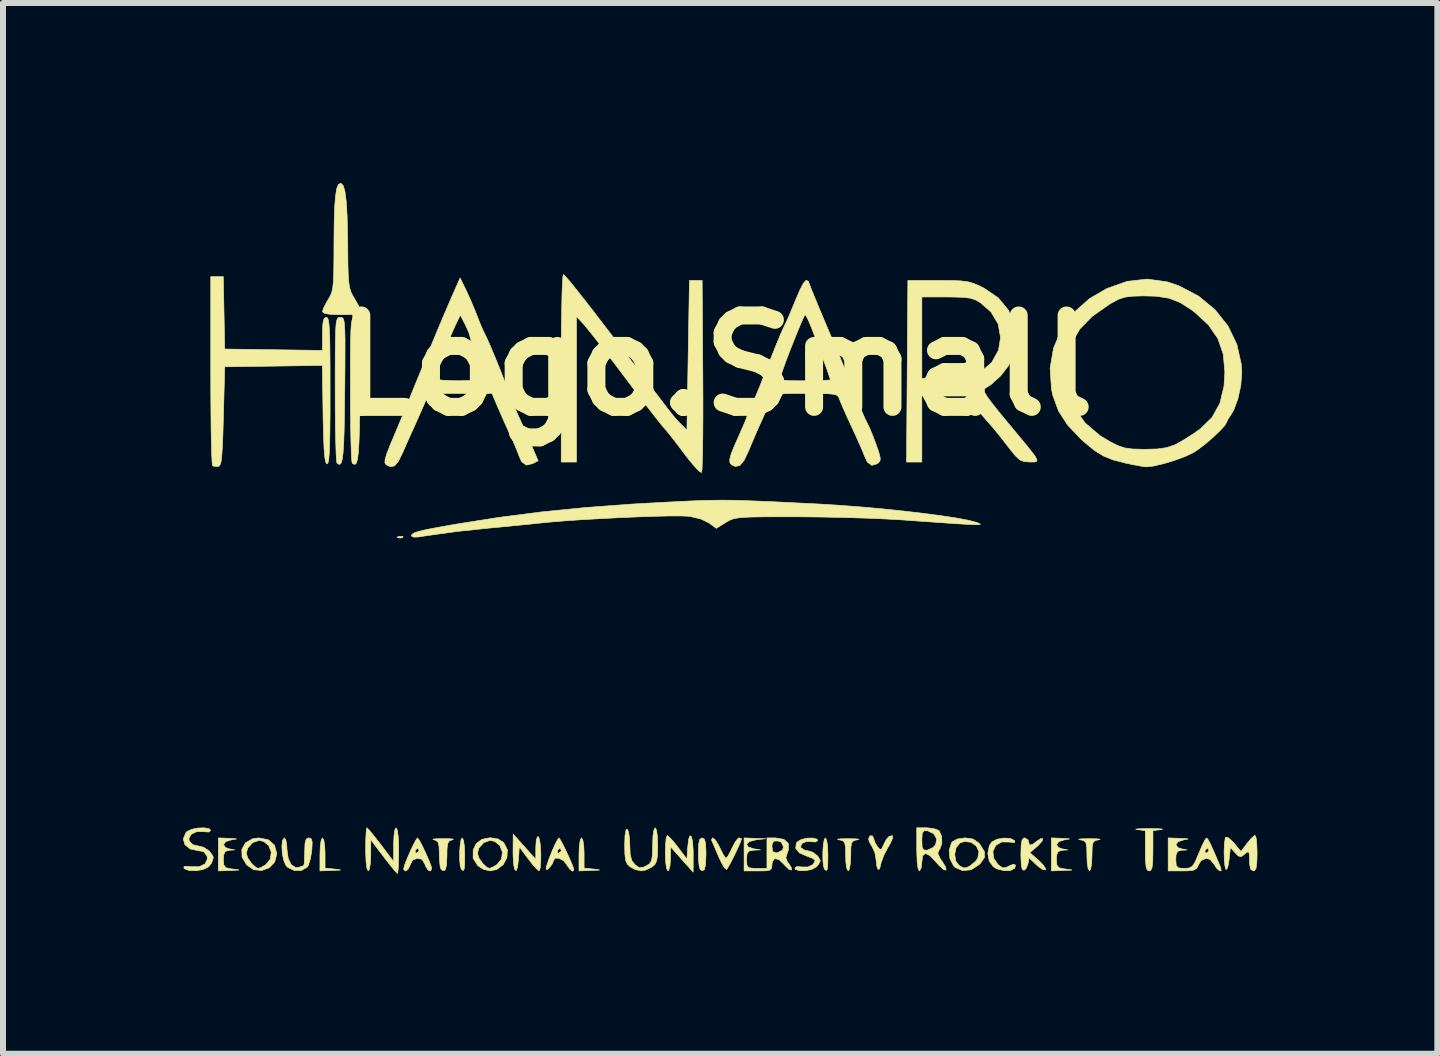
<source format=kicad_pcb>
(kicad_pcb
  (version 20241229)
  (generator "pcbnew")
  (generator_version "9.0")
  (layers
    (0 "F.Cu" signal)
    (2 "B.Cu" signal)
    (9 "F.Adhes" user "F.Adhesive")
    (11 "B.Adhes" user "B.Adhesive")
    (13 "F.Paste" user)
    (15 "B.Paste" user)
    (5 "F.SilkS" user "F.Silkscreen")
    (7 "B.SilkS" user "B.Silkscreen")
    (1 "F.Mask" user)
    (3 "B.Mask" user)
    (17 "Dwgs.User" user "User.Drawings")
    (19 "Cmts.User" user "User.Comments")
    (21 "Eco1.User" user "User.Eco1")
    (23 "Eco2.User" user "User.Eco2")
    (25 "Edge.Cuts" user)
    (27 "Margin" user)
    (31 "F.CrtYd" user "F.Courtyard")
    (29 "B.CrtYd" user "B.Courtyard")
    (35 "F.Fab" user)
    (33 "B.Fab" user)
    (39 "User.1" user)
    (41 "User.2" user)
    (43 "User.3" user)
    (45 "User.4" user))
  (footprint "Logo.Small"
    (layer "F.Cu")
    (at 8.887 3.043)
    (property "Reference" "Logo.Small" (at 0 0 0) (layer "F.SilkS") (effects (font (size 1.524 1.524) (thickness 0.3))))
    (attr through_hole)
    (fp_poly (pts (xy -5.218 2.853) (xy -5.231 2.872) (xy -5.274 2.875) (xy -5.319 2.865) (xy -5.3 2.85) (xy -5.233 2.845) (xy -5.218 2.853)) (stroke (width 0.01) (type solid)) (fill yes) (layer "F.SilkS"))
    (fp_poly (pts (xy -6.539 7.913) (xy -6.524 8.013) (xy -6.519 8.125) (xy -6.519 8.377) (xy -6.361 8.393) (xy -6.274 8.404) (xy -6.262 8.41) (xy -6.328 8.414) (xy -6.403 8.417) (xy -6.604 8.424) (xy -6.604 8.149) (xy -6.598 8.005) (xy -6.582 7.907) (xy -6.562 7.874) (xy -6.539 7.913)) (stroke (width 0.01) (type solid)) (fill yes) (layer "F.SilkS"))
    (fp_poly (pts (xy -4.211 7.913) (xy -4.196 8.016) (xy -4.191 8.149) (xy -4.192 8.304) (xy -4.199 8.389) (xy -4.213 8.418) (xy -4.239 8.405) (xy -4.247 8.396) (xy -4.266 8.339) (xy -4.275 8.233) (xy -4.275 8.106) (xy -4.266 7.986) (xy -4.251 7.9) (xy -4.233 7.874) (xy -4.211 7.913)) (stroke (width 0.01) (type solid)) (fill yes) (layer "F.SilkS"))
    (fp_poly (pts (xy -2.221 7.913) (xy -2.206 8.013) (xy -2.201 8.125) (xy -2.201 8.377) (xy -2.043 8.393) (xy -1.956 8.404) (xy -1.944 8.41) (xy -2.01 8.414) (xy -2.085 8.417) (xy -2.286 8.424) (xy -2.286 8.149) (xy -2.28 8.005) (xy -2.264 7.907) (xy -2.244 7.874) (xy -2.221 7.913)) (stroke (width 0.01) (type solid)) (fill yes) (layer "F.SilkS"))
    (fp_poly (pts (xy 1.842 7.913) (xy 1.858 8.016) (xy 1.863 8.149) (xy 1.861 8.304) (xy 1.855 8.389) (xy 1.841 8.418) (xy 1.815 8.405) (xy 1.806 8.396) (xy 1.788 8.339) (xy 1.779 8.233) (xy 1.779 8.106) (xy 1.787 7.986) (xy 1.803 7.9) (xy 1.82 7.874) (xy 1.842 7.913)) (stroke (width 0.01) (type solid)) (fill yes) (layer "F.SilkS"))
    (fp_poly (pts (xy -0.197 7.892) (xy -0.177 7.958) (xy -0.17 8.087) (xy -0.169 8.149) (xy -0.176 8.316) (xy -0.196 8.405) (xy -0.233 8.422) (xy -0.268 8.396) (xy -0.283 8.342) (xy -0.294 8.229) (xy -0.296 8.121) (xy -0.291 7.976) (xy -0.273 7.899) (xy -0.238 7.874) (xy -0.233 7.874) (xy -0.197 7.892)) (stroke (width 0.01) (type solid)) (fill yes) (layer "F.SilkS"))
    (fp_poly (pts (xy 7.355 7.72) (xy 7.432 7.725) (xy 7.44 7.732) (xy 7.419 7.735) (xy 7.281 7.752) (xy 7.281 8.088) (xy 7.278 8.261) (xy 7.267 8.365) (xy 7.246 8.414) (xy 7.218 8.424) (xy 7.185 8.408) (xy 7.166 8.35) (xy 7.156 8.235) (xy 7.154 8.088) (xy 7.154 7.752) (xy 7.017 7.735) (xy 6.991 7.728) (xy 7.04 7.722) (xy 7.152 7.719) (xy 7.218 7.718) (xy 7.355 7.72)) (stroke (width 0.01) (type solid)) (fill yes) (layer "F.SilkS"))
    (fp_poly (pts (xy -4.435 7.888) (xy -4.378 7.895) (xy -4.392 7.904) (xy -4.446 7.923) (xy -4.474 7.967) (xy -4.486 8.058) (xy -4.487 8.173) (xy -4.494 8.332) (xy -4.517 8.412) (xy -4.558 8.418) (xy -4.586 8.396) (xy -4.602 8.341) (xy -4.612 8.23) (xy -4.614 8.145) (xy -4.619 8.013) (xy -4.637 7.943) (xy -4.679 7.912) (xy -4.71 7.904) (xy -4.722 7.895) (xy -4.663 7.888) (xy -4.551 7.886) (xy -4.435 7.888)) (stroke (width 0.01) (type solid)) (fill yes) (layer "F.SilkS"))
    (fp_poly (pts (xy -8.117 7.881) (xy -8.016 7.886) (xy -7.994 7.892) (xy -8.049 7.901) (xy -8.075 7.905) (xy -8.175 7.936) (xy -8.211 7.986) (xy -8.179 8.034) (xy -8.117 8.056) (xy -8.022 8.074) (xy -8.117 8.08) (xy -8.183 8.099) (xy -8.209 8.16) (xy -8.213 8.231) (xy -8.206 8.327) (xy -8.168 8.372) (xy -8.075 8.391) (xy -8.054 8.393) (xy -7.968 8.404) (xy -7.955 8.41) (xy -8.021 8.414) (xy -8.096 8.417) (xy -8.297 8.424) (xy -8.297 7.874) (xy -8.117 7.881)) (stroke (width 0.01) (type solid)) (fill yes) (layer "F.SilkS"))
    (fp_poly (pts (xy 2.321 7.889) (xy 2.38 7.895) (xy 2.366 7.903) (xy 2.36 7.904) (xy 2.295 7.919) (xy 2.26 7.953) (xy 2.246 8.028) (xy 2.244 8.165) (xy 2.244 8.173) (xy 2.237 8.307) (xy 2.22 8.398) (xy 2.201 8.424) (xy 2.179 8.386) (xy 2.163 8.285) (xy 2.159 8.173) (xy 2.157 8.033) (xy 2.143 7.956) (xy 2.11 7.92) (xy 2.047 7.905) (xy 2.043 7.904) (xy 2.021 7.896) (xy 2.073 7.889) (xy 2.187 7.887) (xy 2.201 7.887) (xy 2.321 7.889)) (stroke (width 0.01) (type solid)) (fill yes) (layer "F.SilkS"))
    (fp_poly (pts (xy 5.768 7.881) (xy 5.87 7.886) (xy 5.891 7.892) (xy 5.837 7.901) (xy 5.81 7.905) (xy 5.711 7.936) (xy 5.674 7.986) (xy 5.706 8.034) (xy 5.768 8.056) (xy 5.863 8.074) (xy 5.768 8.08) (xy 5.702 8.099) (xy 5.676 8.16) (xy 5.673 8.231) (xy 5.68 8.327) (xy 5.717 8.372) (xy 5.811 8.391) (xy 5.831 8.393) (xy 5.918 8.404) (xy 5.93 8.41) (xy 5.864 8.414) (xy 5.789 8.417) (xy 5.588 8.424) (xy 5.588 7.874) (xy 5.768 7.881)) (stroke (width 0.01) (type solid)) (fill yes) (layer "F.SilkS"))
    (fp_poly (pts (xy 6.343 7.889) (xy 6.401 7.895) (xy 6.387 7.903) (xy 6.382 7.904) (xy 6.317 7.919) (xy 6.282 7.953) (xy 6.268 8.028) (xy 6.265 8.165) (xy 6.265 8.173) (xy 6.259 8.307) (xy 6.242 8.398) (xy 6.223 8.424) (xy 6.2 8.386) (xy 6.185 8.285) (xy 6.181 8.173) (xy 6.178 8.033) (xy 6.165 7.956) (xy 6.131 7.92) (xy 6.068 7.905) (xy 6.064 7.904) (xy 6.043 7.896) (xy 6.095 7.889) (xy 6.209 7.887) (xy 6.223 7.887) (xy 6.343 7.889)) (stroke (width 0.01) (type solid)) (fill yes) (layer "F.SilkS"))
    (fp_poly (pts (xy -3.194 8.021) (xy -3.006 8.232) (xy -3.006 8.029) (xy -2.998 7.907) (xy -2.977 7.852) (xy -2.963 7.853) (xy -2.943 7.903) (xy -2.929 8.005) (xy -2.922 8.134) (xy -2.923 8.264) (xy -2.931 8.369) (xy -2.948 8.421) (xy -2.953 8.423) (xy -2.993 8.39) (xy -3.065 8.309) (xy -3.133 8.222) (xy -3.281 8.022) (xy -3.294 8.223) (xy -3.31 8.36) (xy -3.332 8.419) (xy -3.355 8.405) (xy -3.374 8.325) (xy -3.384 8.183) (xy -3.385 8.117) (xy -3.383 7.811) (xy -3.194 8.021)) (stroke (width 0.01) (type solid)) (fill yes) (layer "F.SilkS"))
    (fp_poly (pts (xy 2.943 7.877) (xy 2.899 7.974) (xy 2.864 8.033) (xy 2.796 8.162) (xy 2.751 8.283) (xy 2.744 8.316) (xy 2.725 8.389) (xy 2.699 8.4) (xy 2.676 8.338) (xy 2.666 8.237) (xy 2.645 8.115) (xy 2.602 8.025) (xy 2.553 7.939) (xy 2.54 7.887) (xy 2.565 7.838) (xy 2.608 7.842) (xy 2.626 7.885) (xy 2.651 7.958) (xy 2.688 8.018) (xy 2.734 8.07) (xy 2.763 8.054) (xy 2.79 7.99) (xy 2.837 7.899) (xy 2.879 7.853) (xy 2.936 7.834) (xy 2.943 7.877)) (stroke (width 0.01) (type solid)) (fill yes) (layer "F.SilkS"))
    (fp_poly (pts (xy -0.774 7.865) (xy -0.702 7.946) (xy -0.635 8.031) (xy -0.487 8.228) (xy -0.474 8.03) (xy -0.458 7.894) (xy -0.436 7.837) (xy -0.413 7.852) (xy -0.393 7.933) (xy -0.383 8.075) (xy -0.382 8.139) (xy -0.383 8.445) (xy -0.571 8.234) (xy -0.759 8.022) (xy -0.76 8.223) (xy -0.769 8.34) (xy -0.79 8.413) (xy -0.804 8.424) (xy -0.826 8.385) (xy -0.841 8.28) (xy -0.847 8.128) (xy -0.847 8.128) (xy -0.843 7.982) (xy -0.832 7.877) (xy -0.816 7.833) (xy -0.815 7.833) (xy -0.774 7.865)) (stroke (width 0.01) (type solid)) (fill yes) (layer "F.SilkS"))
    (fp_poly (pts (xy 4.907 7.883) (xy 4.976 7.92) (xy 4.978 7.923) (xy 4.976 7.952) (xy 4.904 7.945) (xy 4.895 7.943) (xy 4.759 7.941) (xy 4.662 7.999) (xy 4.614 8.096) (xy 4.625 8.211) (xy 4.701 8.321) (xy 4.777 8.373) (xy 4.844 8.363) (xy 4.875 8.345) (xy 4.956 8.312) (xy 4.992 8.329) (xy 4.976 8.379) (xy 4.909 8.417) (xy 4.799 8.42) (xy 4.682 8.39) (xy 4.624 8.358) (xy 4.553 8.263) (xy 4.529 8.133) (xy 4.554 8.004) (xy 4.596 7.941) (xy 4.681 7.896) (xy 4.796 7.876) (xy 4.907 7.883)) (stroke (width 0.01) (type solid)) (fill yes) (layer "F.SilkS"))
    (fp_poly (pts (xy 0.422 7.886) (xy 0.423 7.89) (xy 0.406 7.944) (xy 0.361 8.044) (xy 0.303 8.167) (xy 0.244 8.284) (xy 0.195 8.371) (xy 0.174 8.401) (xy 0.142 8.376) (xy 0.091 8.291) (xy 0.039 8.18) (xy -0.017 8.048) (xy -0.06 7.948) (xy -0.078 7.907) (xy -0.061 7.875) (xy -0.052 7.874) (xy -0.013 7.909) (xy 0.041 7.997) (xy 0.064 8.043) (xy 0.115 8.146) (xy 0.156 8.206) (xy 0.166 8.213) (xy 0.197 8.178) (xy 0.244 8.089) (xy 0.265 8.043) (xy 0.319 7.94) (xy 0.367 7.88) (xy 0.381 7.874) (xy 0.422 7.886)) (stroke (width 0.01) (type solid)) (fill yes) (layer "F.SilkS"))
    (fp_poly (pts (xy 5.2 7.908) (xy 5.207 7.938) (xy 5.224 7.994) (xy 5.278 7.981) (xy 5.342 7.931) (xy 5.409 7.887) (xy 5.445 7.886) (xy 5.433 7.927) (xy 5.372 7.996) (xy 5.35 8.016) (xy 5.229 8.12) (xy 5.376 8.248) (xy 5.456 8.33) (xy 5.494 8.392) (xy 5.491 8.408) (xy 5.445 8.402) (xy 5.366 8.347) (xy 5.337 8.321) (xy 5.214 8.204) (xy 5.2 8.3) (xy 5.168 8.383) (xy 5.133 8.414) (xy 5.103 8.399) (xy 5.086 8.321) (xy 5.08 8.17) (xy 5.08 8.153) (xy 5.084 7.997) (xy 5.099 7.91) (xy 5.128 7.876) (xy 5.144 7.874) (xy 5.2 7.908)) (stroke (width 0.01) (type solid)) (fill yes) (layer "F.SilkS"))
    (fp_poly (pts (xy -7.465 7.905) (xy -7.362 7.994) (xy -7.324 8.134) (xy -7.324 8.142) (xy -7.359 8.278) (xy -7.449 8.372) (xy -7.573 8.417) (xy -7.706 8.404) (xy -7.824 8.326) (xy -7.902 8.195) (xy -7.904 8.131) (xy -7.832 8.131) (xy -7.805 8.213) (xy -7.741 8.302) (xy -7.668 8.368) (xy -7.629 8.382) (xy -7.573 8.36) (xy -7.502 8.316) (xy -7.429 8.223) (xy -7.416 8.11) (xy -7.456 8.004) (xy -7.542 7.932) (xy -7.62 7.916) (xy -7.727 7.953) (xy -7.807 8.043) (xy -7.832 8.131) (xy -7.904 8.131) (xy -7.906 8.065) (xy -7.845 7.956) (xy -7.726 7.888) (xy -7.624 7.874) (xy -7.465 7.905)) (stroke (width 0.01) (type solid)) (fill yes) (layer "F.SilkS"))
    (fp_poly (pts (xy -3.635 7.892) (xy -3.541 7.951) (xy -3.48 8.072) (xy -3.487 8.203) (xy -3.549 8.32) (xy -3.656 8.401) (xy -3.768 8.424) (xy -3.881 8.396) (xy -3.971 8.338) (xy -4.051 8.214) (xy -4.05 8.131) (xy -3.979 8.131) (xy -3.952 8.213) (xy -3.889 8.302) (xy -3.816 8.368) (xy -3.777 8.382) (xy -3.721 8.36) (xy -3.65 8.316) (xy -3.576 8.223) (xy -3.563 8.11) (xy -3.604 8.004) (xy -3.69 7.932) (xy -3.768 7.916) (xy -3.874 7.953) (xy -3.955 8.043) (xy -3.979 8.131) (xy -4.05 8.131) (xy -4.05 8.074) (xy -3.998 7.968) (xy -3.903 7.897) (xy -3.77 7.871) (xy -3.635 7.892)) (stroke (width 0.01) (type solid)) (fill yes) (layer "F.SilkS"))
    (fp_poly (pts (xy -6.749 7.888) (xy -6.733 7.943) (xy -6.738 8.059) (xy -6.74 8.084) (xy -6.763 8.221) (xy -6.796 8.328) (xy -6.815 8.359) (xy -6.91 8.416) (xy -7.031 8.418) (xy -7.14 8.366) (xy -7.173 8.33) (xy -7.209 8.244) (xy -7.232 8.128) (xy -7.238 8.009) (xy -7.228 7.915) (xy -7.199 7.874) (xy -7.197 7.874) (xy -7.171 7.912) (xy -7.156 8.007) (xy -7.154 8.061) (xy -7.134 8.213) (xy -7.082 8.321) (xy -7.006 8.369) (xy -6.955 8.363) (xy -6.89 8.342) (xy -6.876 8.34) (xy -6.866 8.301) (xy -6.86 8.203) (xy -6.858 8.107) (xy -6.853 7.969) (xy -6.835 7.897) (xy -6.797 7.874) (xy -6.789 7.874) (xy -6.749 7.888)) (stroke (width 0.01) (type solid)) (fill yes) (layer "F.SilkS"))
    (fp_poly (pts (xy -5.314 7.745) (xy -5.299 7.855) (xy -5.292 8.023) (xy -5.292 8.086) (xy -5.294 8.253) (xy -5.299 8.384) (xy -5.307 8.457) (xy -5.311 8.467) (xy -5.344 8.435) (xy -5.414 8.352) (xy -5.509 8.232) (xy -5.544 8.185) (xy -5.757 7.904) (xy -5.757 8.164) (xy -5.764 8.302) (xy -5.78 8.396) (xy -5.8 8.424) (xy -5.82 8.385) (xy -5.835 8.275) (xy -5.842 8.111) (xy -5.842 8.065) (xy -5.84 7.902) (xy -5.834 7.778) (xy -5.826 7.711) (xy -5.822 7.705) (xy -5.789 7.736) (xy -5.719 7.82) (xy -5.625 7.94) (xy -5.589 7.986) (xy -5.376 8.268) (xy -5.376 7.986) (xy -5.37 7.84) (xy -5.355 7.739) (xy -5.334 7.705) (xy -5.314 7.745)) (stroke (width 0.01) (type solid)) (fill yes) (layer "F.SilkS"))
    (fp_poly (pts (xy -4.95 7.909) (xy -4.902 7.998) (xy -4.846 8.115) (xy -4.793 8.235) (xy -4.754 8.334) (xy -4.741 8.383) (xy -4.76 8.426) (xy -4.801 8.411) (xy -4.841 8.35) (xy -4.851 8.319) (xy -4.901 8.233) (xy -4.974 8.213) (xy -5.06 8.243) (xy -5.097 8.319) (xy -5.132 8.393) (xy -5.175 8.427) (xy -5.204 8.407) (xy -5.207 8.383) (xy -5.191 8.323) (xy -5.151 8.219) (xy -5.098 8.097) (xy -5.093 8.086) (xy -5.016 8.086) (xy -5.013 8.125) (xy -4.998 8.128) (xy -4.955 8.097) (xy -4.953 8.086) (xy -4.967 8.044) (xy -4.972 8.043) (xy -5.008 8.073) (xy -5.016 8.086) (xy -5.093 8.086) (xy -5.044 7.983) (xy -4.999 7.9) (xy -4.978 7.874) (xy -4.95 7.909)) (stroke (width 0.01) (type solid)) (fill yes) (layer "F.SilkS"))
    (fp_poly (pts (xy -0.994 7.744) (xy -0.979 7.849) (xy -0.974 7.999) (xy -0.977 8.159) (xy -0.992 8.259) (xy -1.023 8.32) (xy -1.068 8.358) (xy -1.172 8.409) (xy -1.249 8.424) (xy -1.35 8.4) (xy -1.43 8.358) (xy -1.48 8.312) (xy -1.509 8.248) (xy -1.521 8.141) (xy -1.524 7.996) (xy -1.519 7.834) (xy -1.503 7.742) (xy -1.482 7.726) (xy -1.459 7.779) (xy -1.443 7.89) (xy -1.439 7.997) (xy -1.432 8.154) (xy -1.405 8.254) (xy -1.354 8.319) (xy -1.281 8.37) (xy -1.209 8.361) (xy -1.164 8.339) (xy -1.107 8.302) (xy -1.076 8.25) (xy -1.062 8.16) (xy -1.058 8.011) (xy -1.058 7.994) (xy -1.053 7.845) (xy -1.037 7.742) (xy -1.016 7.705) (xy -0.994 7.744)) (stroke (width 0.01) (type solid)) (fill yes) (layer "F.SilkS"))
    (fp_poly (pts (xy 4.284 7.893) (xy 4.378 7.96) (xy 4.4 7.986) (xy 4.472 8.103) (xy 4.474 8.198) (xy 4.403 8.3) (xy 4.383 8.32) (xy 4.253 8.404) (xy 4.112 8.42) (xy 3.987 8.367) (xy 3.958 8.339) (xy 3.897 8.221) (xy 3.89 8.146) (xy 3.977 8.146) (xy 3.994 8.26) (xy 4.053 8.336) (xy 4.123 8.373) (xy 4.171 8.371) (xy 4.235 8.339) (xy 4.323 8.265) (xy 4.361 8.212) (xy 4.381 8.102) (xy 4.337 8.008) (xy 4.249 7.946) (xy 4.137 7.934) (xy 4.066 7.958) (xy 4.001 8.034) (xy 3.977 8.146) (xy 3.89 8.146) (xy 3.884 8.08) (xy 3.923 7.957) (xy 3.935 7.94) (xy 4.017 7.893) (xy 4.145 7.874) (xy 4.151 7.874) (xy 4.284 7.893)) (stroke (width 0.01) (type solid)) (fill yes) (layer "F.SilkS"))
    (fp_poly (pts (xy -6.24 -0.802) (xy -6.221 -0.789) (xy -6.206 -0.756) (xy -6.196 -0.695) (xy -6.19 -0.595) (xy -6.186 -0.448) (xy -6.186 -0.245) (xy -6.187 0.024) (xy -6.19 0.367) (xy -6.191 0.409) (xy -6.195 0.781) (xy -6.2 1.076) (xy -6.208 1.301) (xy -6.219 1.463) (xy -6.234 1.57) (xy -6.253 1.63) (xy -6.277 1.649) (xy -6.308 1.636) (xy -6.321 1.624) (xy -6.328 1.575) (xy -6.335 1.453) (xy -6.341 1.269) (xy -6.346 1.032) (xy -6.349 0.755) (xy -6.35 0.449) (xy -6.35 0.395) (xy -6.35 0.046) (xy -6.349 -0.229) (xy -6.346 -0.436) (xy -6.342 -0.587) (xy -6.335 -0.69) (xy -6.324 -0.754) (xy -6.309 -0.788) (xy -6.29 -0.802) (xy -6.265 -0.804) (xy -6.265 -0.804) (xy -6.24 -0.802)) (stroke (width 0.01) (type solid)) (fill yes) (layer "F.SilkS"))
    (fp_poly (pts (xy -5.986 -0.802) (xy -5.967 -0.789) (xy -5.952 -0.756) (xy -5.942 -0.695) (xy -5.936 -0.595) (xy -5.932 -0.448) (xy -5.932 -0.245) (xy -5.933 0.024) (xy -5.936 0.367) (xy -5.937 0.409) (xy -5.941 0.781) (xy -5.946 1.076) (xy -5.954 1.301) (xy -5.965 1.463) (xy -5.98 1.57) (xy -5.999 1.63) (xy -6.023 1.649) (xy -6.054 1.636) (xy -6.067 1.624) (xy -6.074 1.575) (xy -6.081 1.453) (xy -6.087 1.269) (xy -6.092 1.032) (xy -6.095 0.755) (xy -6.096 0.449) (xy -6.096 0.395) (xy -6.096 0.046) (xy -6.095 -0.229) (xy -6.092 -0.436) (xy -6.088 -0.587) (xy -6.081 -0.69) (xy -6.07 -0.754) (xy -6.055 -0.788) (xy -6.036 -0.802) (xy -6.011 -0.804) (xy -6.011 -0.804) (xy -5.986 -0.802)) (stroke (width 0.01) (type solid)) (fill yes) (layer "F.SilkS"))
    (fp_poly (pts (xy 1.681 7.895) (xy 1.693 7.917) (xy 1.659 7.942) (xy 1.598 7.938) (xy 1.499 7.936) (xy 1.428 7.968) (xy 1.408 8.022) (xy 1.415 8.039) (xy 1.478 8.079) (xy 1.523 8.086) (xy 1.611 8.113) (xy 1.694 8.177) (xy 1.735 8.248) (xy 1.736 8.255) (xy 1.709 8.311) (xy 1.669 8.358) (xy 1.595 8.399) (xy 1.492 8.42) (xy 1.392 8.421) (xy 1.324 8.4) (xy 1.312 8.377) (xy 1.347 8.349) (xy 1.422 8.358) (xy 1.53 8.359) (xy 1.617 8.317) (xy 1.651 8.251) (xy 1.615 8.217) (xy 1.526 8.183) (xy 1.517 8.18) (xy 1.389 8.125) (xy 1.326 8.048) (xy 1.337 7.961) (xy 1.352 7.941) (xy 1.418 7.901) (xy 1.516 7.878) (xy 1.614 7.876) (xy 1.681 7.895)) (stroke (width 0.01) (type solid)) (fill yes) (layer "F.SilkS"))
    (fp_poly (pts (xy -2.594 7.909) (xy -2.547 7.998) (xy -2.489 8.116) (xy -2.433 8.239) (xy -2.39 8.343) (xy -2.371 8.403) (xy -2.371 8.406) (xy -2.391 8.43) (xy -2.435 8.4) (xy -2.483 8.332) (xy -2.49 8.319) (xy -2.543 8.254) (xy -2.617 8.215) (xy -2.682 8.21) (xy -2.709 8.247) (xy -2.728 8.301) (xy -2.77 8.36) (xy -2.813 8.401) (xy -2.835 8.397) (xy -2.835 8.394) (xy -2.821 8.327) (xy -2.784 8.218) (xy -2.734 8.093) (xy -2.731 8.086) (xy -2.646 8.086) (xy -2.642 8.125) (xy -2.627 8.128) (xy -2.584 8.097) (xy -2.582 8.086) (xy -2.597 8.044) (xy -2.601 8.043) (xy -2.637 8.073) (xy -2.646 8.086) (xy -2.731 8.086) (xy -2.683 7.978) (xy -2.64 7.897) (xy -2.62 7.874) (xy -2.594 7.909)) (stroke (width 0.01) (type solid)) (fill yes) (layer "F.SilkS"))
    (fp_poly (pts (xy 9 7.87) (xy 9.012 7.972) (xy 9.017 8.116) (xy 9.017 8.128) (xy 9.013 8.289) (xy 9 8.381) (xy 8.973 8.42) (xy 8.954 8.424) (xy 8.91 8.397) (xy 8.892 8.307) (xy 8.89 8.248) (xy 8.887 8.14) (xy 8.873 8.103) (xy 8.836 8.122) (xy 8.812 8.143) (xy 8.751 8.188) (xy 8.703 8.174) (xy 8.653 8.123) (xy 8.572 8.033) (xy 8.551 8.233) (xy 8.533 8.342) (xy 8.511 8.399) (xy 8.498 8.4) (xy 8.481 8.341) (xy 8.47 8.229) (xy 8.467 8.094) (xy 8.473 7.967) (xy 8.486 7.879) (xy 8.495 7.86) (xy 8.537 7.871) (xy 8.607 7.933) (xy 8.636 7.966) (xy 8.749 8.101) (xy 8.849 7.966) (xy 8.92 7.881) (xy 8.974 7.834) (xy 8.983 7.832) (xy 9 7.87)) (stroke (width 0.01) (type solid)) (fill yes) (layer "F.SilkS"))
    (fp_poly (pts (xy -8.452 7.72) (xy -8.424 7.75) (xy -8.46 7.777) (xy -8.542 7.77) (xy -8.66 7.77) (xy -8.75 7.813) (xy -8.789 7.885) (xy -8.782 7.928) (xy -8.722 7.987) (xy -8.662 8.001) (xy -8.546 8.028) (xy -8.445 8.095) (xy -8.386 8.18) (xy -8.382 8.209) (xy -8.412 8.295) (xy -8.459 8.354) (xy -8.549 8.4) (xy -8.669 8.421) (xy -8.785 8.418) (xy -8.864 8.387) (xy -8.872 8.376) (xy -8.868 8.347) (xy -8.792 8.348) (xy -8.759 8.354) (xy -8.619 8.354) (xy -8.52 8.308) (xy -8.48 8.226) (xy -8.487 8.173) (xy -8.542 8.103) (xy -8.636 8.086) (xy -8.769 8.058) (xy -8.855 7.986) (xy -8.882 7.89) (xy -8.839 7.788) (xy -8.823 7.771) (xy -8.751 7.733) (xy -8.645 7.71) (xy -8.536 7.706) (xy -8.452 7.72)) (stroke (width 0.01) (type solid)) (fill yes) (layer "F.SilkS"))
    (fp_poly (pts (xy -6.25 -3.036) (xy -6.214 -2.995) (xy -6.186 -2.895) (xy -6.165 -2.73) (xy -6.151 -2.496) (xy -6.143 -2.185) (xy -6.14 -1.968) (xy -6.138 -1.712) (xy -6.133 -1.525) (xy -6.124 -1.392) (xy -6.109 -1.296) (xy -6.086 -1.223) (xy -6.053 -1.158) (xy -6.031 -1.122) (xy -5.957 -0.993) (xy -5.933 -0.912) (xy -5.969 -0.868) (xy -6.072 -0.85) (xy -6.244 -0.847) (xy -6.422 -0.852) (xy -6.525 -0.868) (xy -6.561 -0.896) (xy -6.562 -0.9) (xy -6.54 -0.966) (xy -6.486 -1.068) (xy -6.466 -1.101) (xy -6.433 -1.158) (xy -6.408 -1.218) (xy -6.391 -1.294) (xy -6.38 -1.402) (xy -6.374 -1.553) (xy -6.371 -1.761) (xy -6.37 -2.032) (xy -6.367 -2.373) (xy -6.359 -2.635) (xy -6.344 -2.826) (xy -6.323 -2.953) (xy -6.294 -3.021) (xy -6.257 -3.038) (xy -6.25 -3.036)) (stroke (width 0.01) (type solid)) (fill yes) (layer "F.SilkS"))
    (fp_poly (pts (xy 3.624 7.717) (xy 3.708 7.748) (xy 3.717 7.755) (xy 3.759 7.847) (xy 3.763 7.966) (xy 3.727 8.066) (xy 3.717 8.077) (xy 3.695 8.128) (xy 3.726 8.204) (xy 3.763 8.258) (xy 3.827 8.362) (xy 3.833 8.411) (xy 3.793 8.403) (xy 3.715 8.333) (xy 3.675 8.287) (xy 3.566 8.17) (xy 3.488 8.132) (xy 3.443 8.171) (xy 3.429 8.276) (xy 3.418 8.374) (xy 3.392 8.423) (xy 3.387 8.424) (xy 3.366 8.385) (xy 3.351 8.275) (xy 3.345 8.111) (xy 3.344 8.065) (xy 3.344 7.916) (xy 3.429 7.916) (xy 3.434 8.027) (xy 3.458 8.074) (xy 3.511 8.079) (xy 3.52 8.078) (xy 3.616 8.034) (xy 3.657 7.99) (xy 3.677 7.893) (xy 3.629 7.806) (xy 3.529 7.756) (xy 3.52 7.755) (xy 3.462 7.756) (xy 3.436 7.797) (xy 3.429 7.899) (xy 3.429 7.916) (xy 3.344 7.916) (xy 3.344 7.705) (xy 3.505 7.705) (xy 3.624 7.717)) (stroke (width 0.01) (type solid)) (fill yes) (layer "F.SilkS"))
    (fp_poly (pts (xy -8.203 -0.878) (xy -8.191 -0.275) (xy -6.562 -0.252) (xy -6.562 -0.528) (xy -6.557 -0.683) (xy -6.542 -0.769) (xy -6.513 -0.802) (xy -6.498 -0.804) (xy -6.48 -0.795) (xy -6.465 -0.762) (xy -6.454 -0.696) (xy -6.446 -0.588) (xy -6.44 -0.43) (xy -6.437 -0.214) (xy -6.435 0.07) (xy -6.435 0.427) (xy -6.435 0.796) (xy -6.438 1.087) (xy -6.442 1.309) (xy -6.449 1.468) (xy -6.458 1.571) (xy -6.471 1.626) (xy -6.486 1.641) (xy -6.488 1.64) (xy -6.508 1.61) (xy -6.523 1.528) (xy -6.535 1.388) (xy -6.544 1.18) (xy -6.551 0.898) (xy -6.552 0.811) (xy -6.564 -0.002) (xy -7.378 0.01) (xy -8.191 0.021) (xy -8.213 0.846) (xy -8.221 1.135) (xy -8.23 1.35) (xy -8.24 1.501) (xy -8.252 1.6) (xy -8.269 1.656) (xy -8.29 1.681) (xy -8.299 1.684) (xy -8.375 1.678) (xy -8.395 1.667) (xy -8.401 1.619) (xy -8.408 1.496) (xy -8.413 1.308) (xy -8.418 1.064) (xy -8.421 0.773) (xy -8.423 0.446) (xy -8.424 0.091) (xy -8.424 0.078) (xy -8.424 -1.482) (xy -8.215 -1.482) (xy -8.203 -0.878)) (stroke (width 0.01) (type solid)) (fill yes) (layer "F.SilkS"))
    (fp_poly (pts (xy 1.13 7.898) (xy 1.204 7.967) (xy 1.205 8.074) (xy 1.19 8.114) (xy 1.162 8.207) (xy 1.191 8.278) (xy 1.212 8.303) (xy 1.256 8.372) (xy 1.256 8.41) (xy 1.215 8.399) (xy 1.15 8.337) (xy 1.141 8.325) (xy 1.05 8.237) (xy 0.978 8.218) (xy 0.937 8.268) (xy 0.931 8.319) (xy 0.925 8.379) (xy 0.893 8.411) (xy 0.815 8.423) (xy 0.699 8.424) (xy 0.466 8.424) (xy 0.466 7.874) (xy 0.646 7.881) (xy 0.826 7.888) (xy 0.667 7.905) (xy 0.555 7.934) (xy 0.509 7.979) (xy 0.534 8.025) (xy 0.624 8.055) (xy 0.741 8.073) (xy 0.624 8.079) (xy 0.546 8.094) (xy 0.514 8.143) (xy 0.508 8.234) (xy 0.513 8.329) (xy 0.545 8.371) (xy 0.627 8.382) (xy 0.677 8.382) (xy 0.847 8.382) (xy 0.847 8.022) (xy 0.931 8.022) (xy 0.944 8.103) (xy 0.998 8.123) (xy 1.027 8.12) (xy 1.106 8.078) (xy 1.122 8.022) (xy 1.087 7.946) (xy 1.027 7.924) (xy 0.956 7.929) (xy 0.932 7.988) (xy 0.931 8.022) (xy 0.847 8.022) (xy 0.847 7.874) (xy 0.99 7.874) (xy 1.13 7.898)) (stroke (width 0.01) (type solid)) (fill yes) (layer "F.SilkS"))
    (fp_poly (pts (xy 8.198 7.898) (xy 8.239 7.974) (xy 8.301 8.111) (xy 8.389 8.317) (xy 8.411 8.371) (xy 8.419 8.422) (xy 8.389 8.421) (xy 8.342 8.379) (xy 8.305 8.319) (xy 8.236 8.235) (xy 8.17 8.213) (xy 8.085 8.251) (xy 8.043 8.319) (xy 8.011 8.38) (xy 7.958 8.412) (xy 7.861 8.423) (xy 7.769 8.424) (xy 7.535 8.424) (xy 7.535 7.874) (xy 7.736 7.881) (xy 7.842 7.886) (xy 7.867 7.893) (xy 7.814 7.903) (xy 7.8 7.905) (xy 7.7 7.936) (xy 7.664 7.986) (xy 7.696 8.034) (xy 7.758 8.056) (xy 7.853 8.074) (xy 7.758 8.08) (xy 7.692 8.098) (xy 7.666 8.159) (xy 7.662 8.234) (xy 7.669 8.333) (xy 7.706 8.374) (xy 7.797 8.382) (xy 7.804 8.382) (xy 7.883 8.376) (xy 7.937 8.348) (xy 7.983 8.278) (xy 8.038 8.149) (xy 8.047 8.128) (xy 8.065 8.086) (xy 8.149 8.086) (xy 8.153 8.125) (xy 8.168 8.128) (xy 8.211 8.097) (xy 8.213 8.086) (xy 8.198 8.044) (xy 8.194 8.043) (xy 8.158 8.073) (xy 8.149 8.086) (xy 8.065 8.086) (xy 8.102 7.998) (xy 8.149 7.906) (xy 8.175 7.874) (xy 8.198 7.898)) (stroke (width 0.01) (type solid)) (fill yes) (layer "F.SilkS"))
    (fp_poly (pts (xy -2.514 -1.488) (xy -2.447 -1.412) (xy -2.345 -1.286) (xy -2.202 -1.106) (xy -2.018 -0.869) (xy -1.79 -0.572) (xy -1.516 -0.212) (xy -1.323 0.041) (xy -1.131 0.295) (xy -0.982 0.49) (xy -0.871 0.635) (xy -0.791 0.74) (xy -0.733 0.814) (xy -0.691 0.864) (xy -0.659 0.901) (xy -0.629 0.934) (xy -0.593 0.97) (xy -0.593 0.97) (xy -0.487 1.079) (xy -0.466 -0.169) (xy -0.445 -1.418) (xy -0.233 -1.418) (xy -0.222 0.167) (xy -0.22 0.525) (xy -0.22 0.857) (xy -0.222 1.152) (xy -0.225 1.402) (xy -0.23 1.597) (xy -0.235 1.727) (xy -0.242 1.782) (xy -0.243 1.783) (xy -0.28 1.765) (xy -0.353 1.69) (xy -0.452 1.572) (xy -0.529 1.471) (xy -0.647 1.315) (xy -0.755 1.176) (xy -0.838 1.074) (xy -0.868 1.04) (xy -0.917 0.982) (xy -1.009 0.866) (xy -1.134 0.705) (xy -1.284 0.51) (xy -1.45 0.291) (xy -1.525 0.191) (xy -1.698 -0.038) (xy -1.86 -0.25) (xy -2.003 -0.435) (xy -2.118 -0.58) (xy -2.195 -0.673) (xy -2.213 -0.694) (xy -2.328 -0.817) (xy -2.328 1.609) (xy -2.582 1.609) (xy -2.582 0.039) (xy -2.581 -0.325) (xy -2.579 -0.657) (xy -2.574 -0.946) (xy -2.569 -1.186) (xy -2.562 -1.366) (xy -2.554 -1.48) (xy -2.545 -1.517) (xy -2.514 -1.488)) (stroke (width 0.01) (type solid)) (fill yes) (layer "F.SilkS"))
    (fp_poly (pts (xy 3.924 -1.417) (xy 4.081 -1.411) (xy 4.197 -1.396) (xy 4.294 -1.368) (xy 4.394 -1.325) (xy 4.463 -1.291) (xy 4.704 -1.127) (xy 4.875 -0.919) (xy 4.972 -0.674) (xy 4.992 -0.399) (xy 4.954 -0.171) (xy 4.876 -0.001) (xy 4.744 0.171) (xy 4.584 0.316) (xy 4.51 0.363) (xy 4.48 0.383) (xy 4.468 0.41) (xy 4.478 0.452) (xy 4.517 0.518) (xy 4.591 0.618) (xy 4.704 0.761) (xy 4.864 0.955) (xy 4.953 1.062) (xy 5.12 1.263) (xy 5.238 1.408) (xy 5.312 1.505) (xy 5.346 1.565) (xy 5.345 1.596) (xy 5.313 1.607) (xy 5.255 1.608) (xy 5.22 1.608) (xy 5.134 1.601) (xy 5.064 1.574) (xy 4.993 1.51) (xy 4.9 1.397) (xy 4.859 1.343) (xy 4.744 1.196) (xy 4.632 1.057) (xy 4.545 0.956) (xy 4.541 0.953) (xy 4.438 0.834) (xy 4.329 0.698) (xy 4.305 0.667) (xy 4.187 0.508) (xy 3.429 0.508) (xy 3.429 1.609) (xy 3.174 1.609) (xy 3.185 0.095) (xy 3.194 -1.143) (xy 3.429 -1.143) (xy 3.429 0.212) (xy 3.846 0.212) (xy 4.047 0.209) (xy 4.186 0.2) (xy 4.283 0.179) (xy 4.362 0.143) (xy 4.406 0.115) (xy 4.595 -0.054) (xy 4.707 -0.256) (xy 4.741 -0.466) (xy 4.701 -0.693) (xy 4.582 -0.892) (xy 4.406 -1.047) (xy 4.328 -1.092) (xy 4.243 -1.121) (xy 4.13 -1.136) (xy 3.966 -1.142) (xy 3.846 -1.143) (xy 3.429 -1.143) (xy 3.194 -1.143) (xy 3.196 -1.418) (xy 3.704 -1.418) (xy 3.924 -1.417)) (stroke (width 0.01) (type solid)) (fill yes) (layer "F.SilkS"))
    (fp_poly (pts (xy 0.286 2.246) (xy 0.486 2.252) (xy 0.721 2.261) (xy 1.003 2.273) (xy 1.345 2.29) (xy 1.693 2.307) (xy 2.035 2.328) (xy 2.394 2.355) (xy 2.757 2.387) (xy 3.112 2.424) (xy 3.448 2.463) (xy 3.751 2.503) (xy 4.009 2.542) (xy 4.21 2.58) (xy 4.341 2.615) (xy 4.36 2.622) (xy 4.39 2.635) (xy 4.405 2.645) (xy 4.396 2.651) (xy 4.355 2.654) (xy 4.275 2.652) (xy 4.148 2.645) (xy 3.966 2.634) (xy 3.722 2.617) (xy 3.406 2.595) (xy 3.111 2.574) (xy 2.849 2.559) (xy 2.526 2.545) (xy 2.169 2.534) (xy 1.802 2.526) (xy 1.45 2.522) (xy 1.355 2.521) (xy 1.031 2.521) (xy 0.781 2.522) (xy 0.593 2.525) (xy 0.455 2.531) (xy 0.356 2.541) (xy 0.285 2.556) (xy 0.229 2.577) (xy 0.179 2.605) (xy 0.16 2.617) (xy 0.003 2.714) (xy -0.118 2.625) (xy -0.249 2.56) (xy -0.423 2.518) (xy -0.469 2.512) (xy -0.585 2.507) (xy -0.77 2.507) (xy -1.01 2.513) (xy -1.289 2.522) (xy -1.591 2.535) (xy -1.903 2.551) (xy -2.209 2.568) (xy -2.494 2.587) (xy -2.742 2.607) (xy -2.925 2.625) (xy -3.124 2.646) (xy -3.369 2.67) (xy -3.623 2.695) (xy -3.768 2.708) (xy -4.311 2.765) (xy -4.839 2.838) (xy -4.964 2.858) (xy -5.047 2.86) (xy -5.08 2.84) (xy -5.07 2.814) (xy -5.034 2.79) (xy -4.96 2.765) (xy -4.838 2.736) (xy -4.656 2.701) (xy -4.404 2.656) (xy -4.328 2.643) (xy -3.62 2.531) (xy -2.911 2.44) (xy -2.179 2.367) (xy -1.399 2.309) (xy -0.931 2.283) (xy -0.661 2.269) (xy -0.435 2.258) (xy -0.241 2.25) (xy -0.065 2.246) (xy 0.107 2.244) (xy 0.286 2.246)) (stroke (width 0.01) (type solid)) (fill yes) (layer "F.SilkS"))
    (fp_poly (pts (xy 7.519 -1.395) (xy 7.712 -1.33) (xy 8.041 -1.158) (xy 8.316 -0.931) (xy 8.532 -0.659) (xy 8.68 -0.352) (xy 8.754 -0.02) (xy 8.762 0.119) (xy 8.745 0.337) (xy 8.697 0.555) (xy 8.628 0.741) (xy 8.587 0.811) (xy 8.533 0.895) (xy 8.509 0.946) (xy 8.509 0.947) (xy 8.478 1) (xy 8.398 1.087) (xy 8.286 1.194) (xy 8.161 1.302) (xy 8.04 1.395) (xy 7.959 1.449) (xy 7.82 1.515) (xy 7.643 1.581) (xy 7.456 1.637) (xy 7.288 1.676) (xy 7.167 1.689) (xy 7.161 1.689) (xy 7.084 1.678) (xy 6.955 1.654) (xy 6.827 1.627) (xy 6.621 1.574) (xy 6.457 1.509) (xy 6.307 1.416) (xy 6.14 1.279) (xy 6.083 1.228) (xy 5.86 0.994) (xy 5.708 0.759) (xy 5.613 0.5) (xy 5.59 0.393) (xy 5.571 0.102) (xy 5.842 0.102) (xy 5.875 0.43) (xy 5.977 0.714) (xy 6.152 0.959) (xy 6.401 1.17) (xy 6.562 1.267) (xy 6.692 1.333) (xy 6.805 1.372) (xy 6.935 1.391) (xy 7.112 1.396) (xy 7.145 1.396) (xy 7.353 1.391) (xy 7.505 1.369) (xy 7.631 1.328) (xy 7.675 1.308) (xy 7.809 1.231) (xy 7.968 1.128) (xy 8.072 1.055) (xy 8.266 0.865) (xy 8.397 0.629) (xy 8.466 0.341) (xy 8.48 0.106) (xy 8.452 -0.192) (xy 8.364 -0.448) (xy 8.206 -0.677) (xy 7.974 -0.891) (xy 7.916 -0.934) (xy 7.732 -1.051) (xy 7.55 -1.122) (xy 7.339 -1.155) (xy 7.126 -1.161) (xy 6.944 -1.156) (xy 6.815 -1.14) (xy 6.708 -1.105) (xy 6.592 -1.043) (xy 6.555 -1.021) (xy 6.269 -0.82) (xy 6.062 -0.608) (xy 5.926 -0.375) (xy 5.856 -0.11) (xy 5.842 0.102) (xy 5.571 0.102) (xy 5.567 0.044) (xy 5.624 -0.29) (xy 5.756 -0.601) (xy 5.957 -0.879) (xy 6.223 -1.115) (xy 6.511 -1.283) (xy 6.852 -1.404) (xy 7.186 -1.441) (xy 7.519 -1.395)) (stroke (width 0.01) (type solid)) (fill yes) (layer "F.SilkS"))
    (fp_poly (pts (xy -4.166 -1.252) (xy -4.089 -1.083) (xy -4.01 -0.894) (xy -3.981 -0.819) (xy -3.926 -0.68) (xy -3.876 -0.566) (xy -3.853 -0.52) (xy -3.813 -0.438) (xy -3.751 -0.297) (xy -3.677 -0.119) (xy -3.598 0.076) (xy -3.524 0.267) (xy -3.474 0.402) (xy -3.41 0.567) (xy -3.333 0.754) (xy -3.292 0.847) (xy -3.213 1.022) (xy -3.126 1.219) (xy -3.077 1.333) (xy -2.967 1.587) (xy -3.06 1.636) (xy -3.165 1.66) (xy -3.243 1.603) (xy -3.284 1.51) (xy -3.316 1.424) (xy -3.371 1.293) (xy -3.429 1.164) (xy -3.511 0.986) (xy -3.594 0.797) (xy -3.642 0.688) (xy -3.736 0.466) (xy -4.788 0.466) (xy -4.894 0.709) (xy -4.962 0.863) (xy -5.025 1.005) (xy -5.059 1.079) (xy -5.109 1.189) (xy -5.175 1.338) (xy -5.224 1.45) (xy -5.297 1.599) (xy -5.362 1.674) (xy -5.431 1.686) (xy -5.499 1.655) (xy -5.521 1.623) (xy -5.518 1.563) (xy -5.486 1.459) (xy -5.422 1.298) (xy -5.398 1.243) (xy -5.325 1.068) (xy -5.23 0.84) (xy -5.124 0.583) (xy -5.018 0.321) (xy -4.973 0.212) (xy -4.972 0.21) (xy -4.699 0.21) (xy -4.658 0.232) (xy -4.541 0.246) (xy -4.356 0.253) (xy -4.276 0.254) (xy -4.098 0.25) (xy -3.957 0.241) (xy -3.871 0.226) (xy -3.852 0.215) (xy -3.867 0.16) (xy -3.907 0.047) (xy -3.963 -0.1) (xy -3.979 -0.141) (xy -4.039 -0.294) (xy -4.083 -0.417) (xy -4.105 -0.488) (xy -4.106 -0.496) (xy -4.124 -0.554) (xy -4.169 -0.654) (xy -4.185 -0.687) (xy -4.264 -0.841) (xy -4.35 -0.664) (xy -4.418 -0.51) (xy -4.478 -0.35) (xy -4.488 -0.318) (xy -4.545 -0.161) (xy -4.613 -0.004) (xy -4.62 0.009) (xy -4.67 0.118) (xy -4.697 0.197) (xy -4.699 0.21) (xy -4.972 0.21) (xy -4.804 -0.203) (xy -4.658 -0.557) (xy -4.527 -0.867) (xy -4.404 -1.152) (xy -4.361 -1.249) (xy -4.268 -1.46) (xy -4.166 -1.252)) (stroke (width 0.01) (type solid)) (fill yes) (layer "F.SilkS"))
    (fp_poly (pts (xy 1.534 -1.406) (xy 1.551 -1.368) (xy 1.58 -1.291) (xy 1.635 -1.156) (xy 1.706 -0.983) (xy 1.786 -0.793) (xy 1.865 -0.605) (xy 1.936 -0.439) (xy 1.99 -0.318) (xy 2.035 -0.212) (xy 2.101 -0.05) (xy 2.181 0.148) (xy 2.264 0.358) (xy 2.265 0.36) (xy 2.344 0.56) (xy 2.417 0.737) (xy 2.476 0.873) (xy 2.513 0.949) (xy 2.515 0.953) (xy 2.556 1.035) (xy 2.611 1.168) (xy 2.664 1.309) (xy 2.714 1.454) (xy 2.736 1.541) (xy 2.731 1.591) (xy 2.7 1.626) (xy 2.686 1.637) (xy 2.596 1.664) (xy 2.521 1.611) (xy 2.474 1.51) (xy 2.444 1.433) (xy 2.387 1.302) (xy 2.313 1.138) (xy 2.266 1.037) (xy 2.186 0.864) (xy 2.117 0.71) (xy 2.07 0.598) (xy 2.056 0.561) (xy 2.04 0.522) (xy 2.012 0.495) (xy 1.956 0.479) (xy 1.86 0.47) (xy 1.707 0.466) (xy 1.484 0.466) (xy 1.482 0.466) (xy 1.258 0.466) (xy 1.105 0.47) (xy 1.008 0.479) (xy 0.952 0.495) (xy 0.924 0.521) (xy 0.909 0.56) (xy 0.909 0.561) (xy 0.876 0.649) (xy 0.82 0.782) (xy 0.763 0.91) (xy 0.679 1.097) (xy 0.591 1.303) (xy 0.543 1.418) (xy 0.467 1.58) (xy 0.395 1.666) (xy 0.32 1.683) (xy 0.26 1.656) (xy 0.23 1.623) (xy 0.226 1.568) (xy 0.249 1.477) (xy 0.305 1.337) (xy 0.387 1.153) (xy 0.447 1.017) (xy 0.491 0.915) (xy 0.508 0.867) (xy 0.508 0.866) (xy 0.524 0.819) (xy 0.565 0.722) (xy 0.591 0.666) (xy 0.658 0.514) (xy 0.73 0.34) (xy 0.756 0.275) (xy 0.784 0.202) (xy 1.072 0.202) (xy 1.082 0.229) (xy 1.128 0.245) (xy 1.223 0.252) (xy 1.383 0.254) (xy 1.479 0.254) (xy 1.657 0.252) (xy 1.799 0.248) (xy 1.886 0.242) (xy 1.905 0.238) (xy 1.891 0.192) (xy 1.854 0.086) (xy 1.8 -0.063) (xy 1.737 -0.237) (xy 1.67 -0.418) (xy 1.606 -0.587) (xy 1.583 -0.646) (xy 1.535 -0.76) (xy 1.497 -0.833) (xy 1.483 -0.847) (xy 1.461 -0.81) (xy 1.417 -0.711) (xy 1.358 -0.569) (xy 1.29 -0.4) (xy 1.22 -0.223) (xy 1.157 -0.055) (xy 1.106 0.087) (xy 1.082 0.159) (xy 1.072 0.202) (xy 0.784 0.202) (xy 0.89 -0.066) (xy 0.995 -0.33) (xy 1.073 -0.518) (xy 1.124 -0.634) (xy 1.139 -0.664) (xy 1.175 -0.738) (xy 1.231 -0.867) (xy 1.297 -1.025) (xy 1.315 -1.069) (xy 1.396 -1.259) (xy 1.456 -1.374) (xy 1.5 -1.421) (xy 1.534 -1.406)) (stroke (width 0.01) (type solid)) (fill yes) (layer "F.SilkS")))
  (gr_rect
    (start -3 -3)
    (end 20.909 14.514)
    (stroke (width 0.1) (type default))
    (fill no)
    (layer "Edge.Cuts")))
</source>
